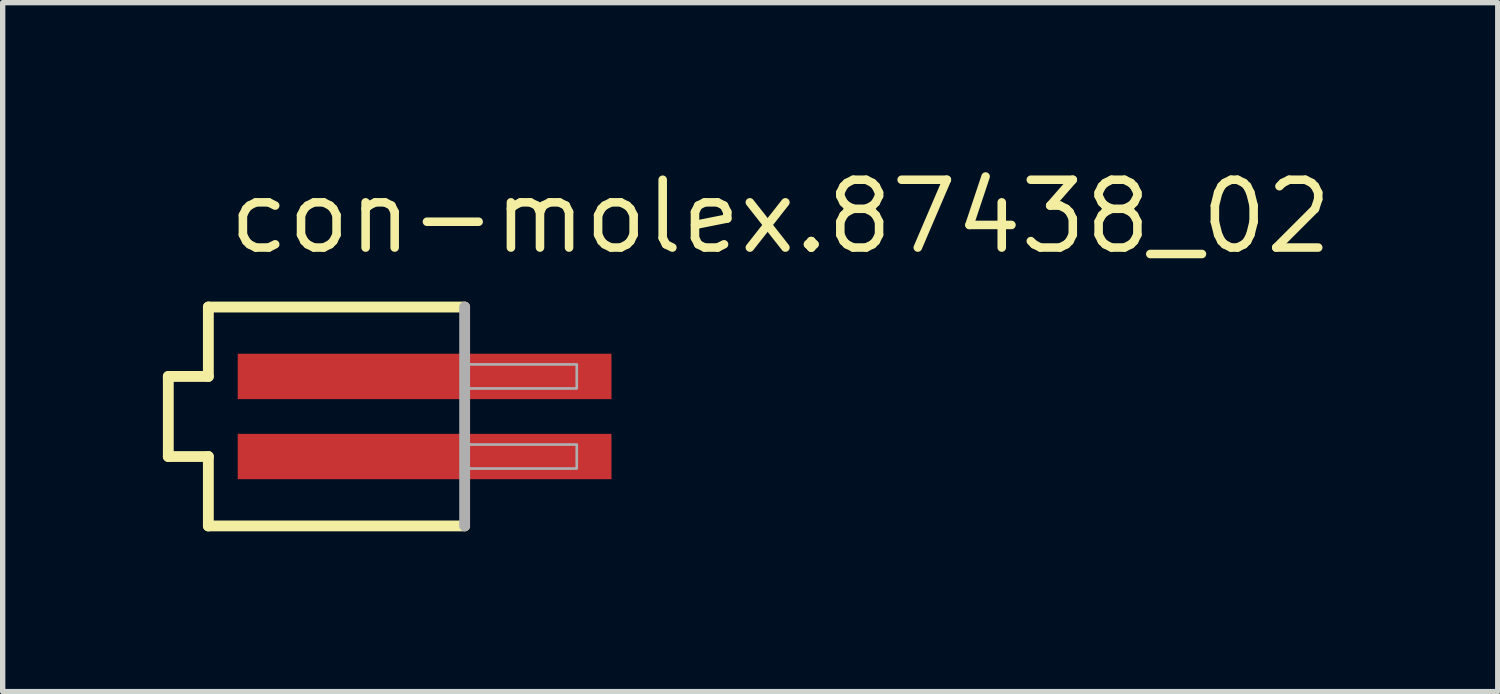
<source format=kicad_pcb>
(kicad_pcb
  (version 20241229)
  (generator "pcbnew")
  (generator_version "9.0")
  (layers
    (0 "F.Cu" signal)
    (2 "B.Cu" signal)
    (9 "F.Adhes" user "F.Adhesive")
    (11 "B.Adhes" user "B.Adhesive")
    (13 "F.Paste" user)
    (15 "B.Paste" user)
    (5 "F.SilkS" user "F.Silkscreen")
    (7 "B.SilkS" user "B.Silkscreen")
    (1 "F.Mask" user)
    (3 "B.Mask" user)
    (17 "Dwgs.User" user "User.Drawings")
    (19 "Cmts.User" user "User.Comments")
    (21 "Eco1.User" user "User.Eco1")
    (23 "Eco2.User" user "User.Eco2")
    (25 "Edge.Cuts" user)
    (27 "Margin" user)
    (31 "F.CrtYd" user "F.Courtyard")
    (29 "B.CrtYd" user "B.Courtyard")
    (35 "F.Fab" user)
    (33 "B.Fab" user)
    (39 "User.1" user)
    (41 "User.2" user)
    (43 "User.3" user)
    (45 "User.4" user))
  (footprint "con-molex.87438_02"
    (layer "F.Cu")
    (at 4.902 4.75)
    (property "Reference" "con-molex.87438_02" (at -3.75 -3 0) (layer "F.SilkS") (effects (font (size 1.27 1.27) (thickness 0.16)) (justify left bottom)))
    (attr smd)
    (fp_line (start -4.8 -0.75) (end -4.05 -0.75) (stroke (width 0.203) (type default)) (layer "F.SilkS"))
    (fp_line (start -4.8 0.75) (end -4.8 -0.75) (stroke (width 0.203) (type default)) (layer "F.SilkS"))
    (fp_line (start -4.05 -2.05) (end 0.75 -2.05) (stroke (width 0.203) (type default)) (layer "F.SilkS"))
    (fp_line (start -4.05 -0.75) (end -4.05 -2.05) (stroke (width 0.203) (type default)) (layer "F.SilkS"))
    (fp_line (start -4.05 0.75) (end -4.8 0.75) (stroke (width 0.203) (type default)) (layer "F.SilkS"))
    (fp_line (start -4.05 2.05) (end -4.05 0.75) (stroke (width 0.203) (type default)) (layer "F.SilkS"))
    (fp_line (start 0.75 2.05) (end -4.05 2.05) (stroke (width 0.203) (type default)) (layer "F.SilkS"))
    (fp_line (start 0.75 -2.05) (end 0.75 2.05) (stroke (width 0.203) (type default)) (layer "F.Fab"))
    (fp_rect (start 0.8 -0.525) (end 2.85 -0.975) (stroke (width 0.05) (type default)) (fill no) (layer "F.Fab"))
    (fp_rect (start 0.8 0.975) (end 2.85 0.525) (stroke (width 0.05) (type default)) (fill no) (layer "F.Fab"))
    (pad "1" smd roundrect (at 0 -0.75) (size 7 0.85) (layers "F.Cu" "F.Mask" "F.Paste") (roundrect_rratio 0.01))
    (pad "2" smd roundrect (at 0 0.75) (size 7 0.85) (layers "F.Cu" "F.Mask" "F.Paste") (roundrect_rratio 0.01)))
  (gr_rect
    (start -3 -3)
    (end 25 9.902)
    (stroke (width 0.1) (type default))
    (fill no)
    (layer "Edge.Cuts")))
</source>
